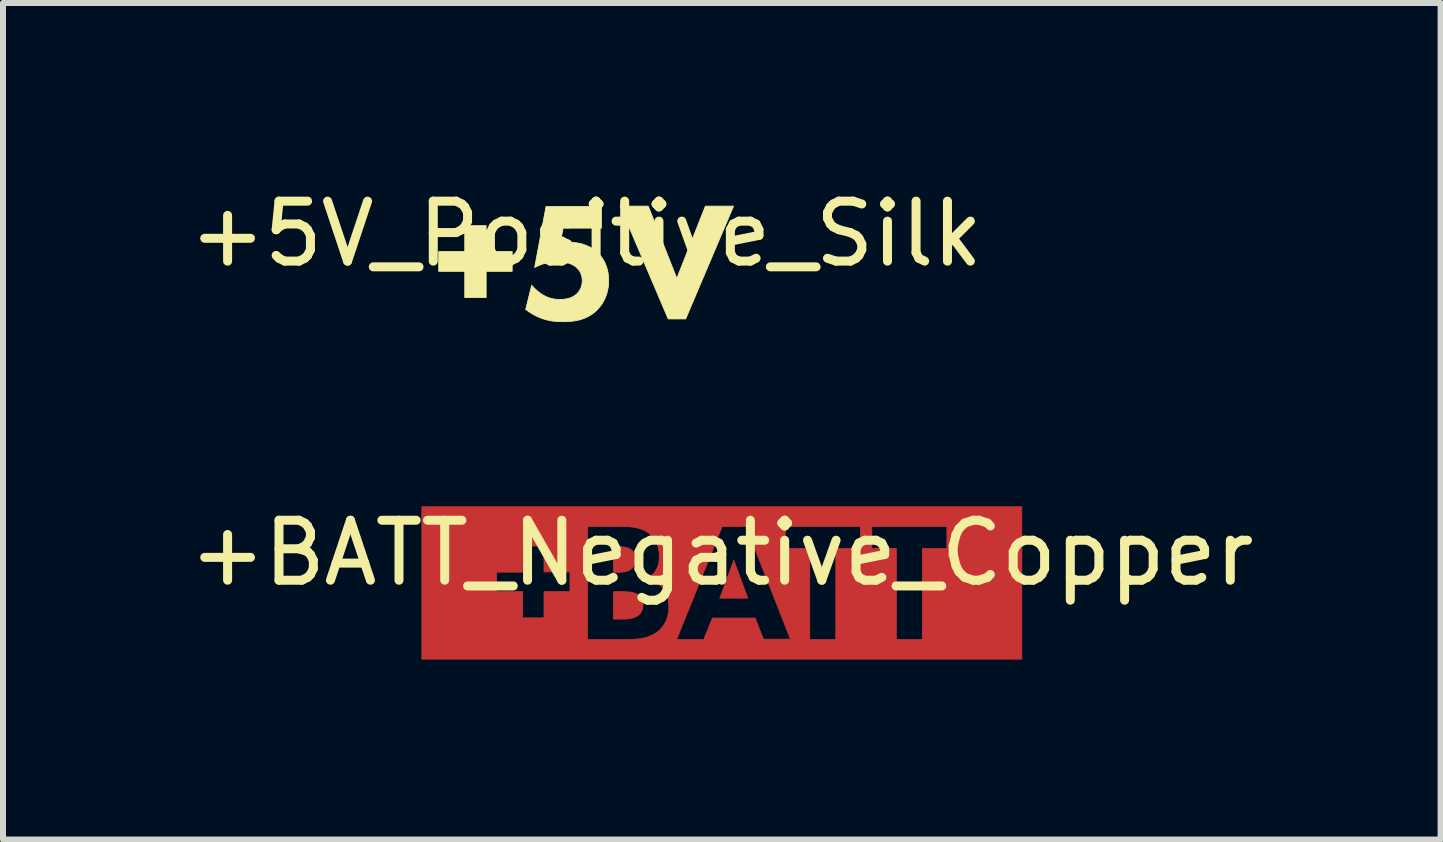
<source format=kicad_pcb>
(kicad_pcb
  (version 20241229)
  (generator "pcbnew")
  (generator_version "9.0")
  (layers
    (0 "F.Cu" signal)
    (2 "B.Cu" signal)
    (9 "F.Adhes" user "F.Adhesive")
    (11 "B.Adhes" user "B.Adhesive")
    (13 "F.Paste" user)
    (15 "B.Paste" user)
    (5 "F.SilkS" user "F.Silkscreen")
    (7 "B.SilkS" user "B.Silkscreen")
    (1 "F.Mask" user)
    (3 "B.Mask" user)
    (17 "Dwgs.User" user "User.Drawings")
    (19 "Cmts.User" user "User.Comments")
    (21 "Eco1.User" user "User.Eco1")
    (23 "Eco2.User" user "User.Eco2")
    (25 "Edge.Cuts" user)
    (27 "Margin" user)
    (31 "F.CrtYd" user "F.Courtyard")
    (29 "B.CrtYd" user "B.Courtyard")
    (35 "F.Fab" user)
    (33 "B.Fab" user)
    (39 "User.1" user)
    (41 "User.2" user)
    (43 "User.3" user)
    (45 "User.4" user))
  (footprint "+5V_Positive_Silk"
    (layer "F.Cu")
    (at 6.72 1.348)
    (property "Reference" "+5V_Positive_Silk" (at 0 -0.5 0) (unlocked yes) (layer "F.SilkS") (effects (font (size 1 1) (thickness 0.15))))
    (fp_poly (pts (xy 1.512 0.241) (xy 1.988 -0.962) (xy 2.458 -0.962) (xy 1.66 0.918) (xy 1.368 0.918) (xy 0.567 -0.962) (xy 1.036 -0.962)) (stroke (width 0.013) (type solid)) (fill yes) (layer "F.SilkS"))
    (fp_poly (pts (xy -1.666 -0.204) (xy -1.232 -0.204) (xy -1.232 0.125) (xy -1.666 0.125) (xy -1.666 0.562) (xy -2.023 0.562) (xy -2.023 0.125) (xy -2.457 0.125) (xy -2.457 -0.204) (xy -2.023 -0.204) (xy -2.023 -0.637) (xy -1.666 -0.637)) (stroke (width 0.013) (type solid)) (fill yes) (layer "F.SilkS"))
    (fp_poly (pts (xy 0.256 -0.595) (xy -0.382 -0.595) (xy -0.432 -0.345) (xy -0.393 -0.35) (xy -0.374 -0.352) (xy -0.354 -0.354) (xy -0.334 -0.356) (xy -0.314 -0.358) (xy -0.295 -0.358) (xy -0.276 -0.359) (xy -0.237 -0.358) (xy -0.199 -0.355) (xy -0.163 -0.351) (xy -0.127 -0.345) (xy -0.093 -0.338) (xy -0.059 -0.329) (xy -0.027 -0.318) (xy 0.003 -0.307) (xy 0.033 -0.294) (xy 0.061 -0.28) (xy 0.088 -0.265) (xy 0.114 -0.249) (xy 0.138 -0.232) (xy 0.161 -0.214) (xy 0.183 -0.195) (xy 0.203 -0.175) (xy 0.219 -0.159) (xy 0.235 -0.141) (xy 0.251 -0.121) (xy 0.266 -0.1) (xy 0.281 -0.077) (xy 0.295 -0.053) (xy 0.309 -0.027) (xy 0.322 0.001) (xy 0.333 0.03) (xy 0.344 0.06) (xy 0.353 0.093) (xy 0.361 0.127) (xy 0.365 0.144) (xy 0.368 0.163) (xy 0.37 0.181) (xy 0.372 0.2) (xy 0.374 0.219) (xy 0.375 0.239) (xy 0.376 0.259) (xy 0.376 0.28) (xy 0.375 0.324) (xy 0.372 0.367) (xy 0.366 0.408) (xy 0.358 0.446) (xy 0.349 0.483) (xy 0.338 0.518) (xy 0.326 0.55) (xy 0.313 0.581) (xy 0.298 0.611) (xy 0.283 0.638) (xy 0.268 0.664) (xy 0.251 0.688) (xy 0.235 0.71) (xy 0.218 0.73) (xy 0.202 0.749) (xy 0.186 0.767) (xy 0.153 0.797) (xy 0.12 0.824) (xy 0.086 0.848) (xy 0.051 0.869) (xy 0.016 0.887) (xy -0.02 0.904) (xy -0.055 0.917) (xy -0.092 0.929) (xy -0.128 0.939) (xy -0.164 0.946) (xy -0.201 0.952) (xy -0.237 0.957) (xy -0.274 0.96) (xy -0.31 0.963) (xy -0.346 0.964) (xy -0.382 0.964) (xy -0.45 0.963) (xy -0.485 0.961) (xy -0.521 0.958) (xy -0.558 0.954) (xy -0.595 0.948) (xy -0.633 0.94) (xy -0.672 0.931) (xy -0.711 0.919) (xy -0.752 0.905) (xy -0.793 0.888) (xy -0.834 0.869) (xy -0.876 0.847) (xy -0.919 0.821) (xy -0.963 0.792) (xy -1.007 0.76) (xy -0.908 0.357) (xy -0.898 0.368) (xy -0.888 0.379) (xy -0.878 0.39) (xy -0.867 0.4) (xy -0.856 0.411) (xy -0.845 0.422) (xy -0.833 0.433) (xy -0.822 0.443) (xy -0.81 0.453) (xy -0.798 0.463) (xy -0.786 0.472) (xy -0.774 0.481) (xy -0.763 0.49) (xy -0.751 0.498) (xy -0.739 0.506) (xy -0.728 0.513) (xy -0.713 0.522) (xy -0.698 0.53) (xy -0.682 0.538) (xy -0.666 0.546) (xy -0.65 0.553) (xy -0.633 0.56) (xy -0.616 0.566) (xy -0.598 0.572) (xy -0.58 0.577) (xy -0.562 0.581) (xy -0.543 0.585) (xy -0.523 0.588) (xy -0.504 0.59) (xy -0.484 0.592) (xy -0.463 0.593) (xy -0.442 0.594) (xy -0.424 0.593) (xy -0.405 0.593) (xy -0.386 0.591) (xy -0.368 0.59) (xy -0.35 0.587) (xy -0.332 0.584) (xy -0.314 0.58) (xy -0.296 0.576) (xy -0.279 0.571) (xy -0.262 0.566) (xy -0.246 0.559) (xy -0.23 0.552) (xy -0.215 0.544) (xy -0.201 0.536) (xy -0.187 0.526) (xy -0.174 0.516) (xy -0.163 0.507) (xy -0.152 0.497) (xy -0.142 0.487) (xy -0.132 0.475) (xy -0.122 0.463) (xy -0.113 0.45) (xy -0.105 0.436) (xy -0.097 0.422) (xy -0.09 0.407) (xy -0.083 0.391) (xy -0.081 0.382) (xy -0.078 0.374) (xy -0.076 0.365) (xy -0.073 0.356) (xy -0.071 0.347) (xy -0.07 0.338) (xy -0.068 0.329) (xy -0.067 0.319) (xy -0.066 0.31) (xy -0.065 0.3) (xy -0.065 0.29) (xy -0.065 0.28) (xy -0.065 0.26) (xy -0.067 0.241) (xy -0.07 0.222) (xy -0.073 0.205) (xy -0.078 0.188) (xy -0.083 0.173) (xy -0.089 0.158) (xy -0.095 0.144) (xy -0.102 0.131) (xy -0.11 0.118) (xy -0.118 0.107) (xy -0.126 0.096) (xy -0.134 0.086) (xy -0.143 0.077) (xy -0.151 0.069) (xy -0.16 0.061) (xy -0.165 0.056) (xy -0.171 0.051) (xy -0.18 0.044) (xy -0.19 0.037) (xy -0.202 0.029) (xy -0.216 0.021) (xy -0.233 0.012) (xy -0.241 0.008) (xy -0.251 0.004) (xy -0.261 -0.00037) (xy -0.271 -0.004) (xy -0.282 -0.008) (xy -0.293 -0.012) (xy -0.305 -0.016) (xy -0.318 -0.019) (xy -0.331 -0.022) (xy -0.344 -0.025) (xy -0.359 -0.028) (xy -0.373 -0.03) (xy -0.389 -0.033) (xy -0.405 -0.034) (xy -0.421 -0.036) (xy -0.438 -0.037) (xy -0.456 -0.037) (xy -0.474 -0.038) (xy -0.503 -0.037) (xy -0.532 -0.036) (xy -0.56 -0.033) (xy -0.588 -0.029) (xy -0.614 -0.025) (xy -0.64 -0.019) (xy -0.665 -0.013) (xy -0.69 -0.007) (xy -0.714 0.000368) (xy -0.737 0.008) (xy -0.759 0.016) (xy -0.78 0.025) (xy -0.821 0.043) (xy -0.858 0.061) (xy -0.668 -0.958) (xy 0.256 -0.958)) (stroke (width 0.013) (type solid)) (fill yes) (layer "F.SilkS")))
  (footprint "+BATT_Negative_Copper"
    (layer "F.Cu")
    (at 8.982 6.667)
    (property "Reference" "+BATT_Negative_Copper" (at 0 -0.5 0) (unlocked yes) (layer "F.SilkS") (effects (font (size 1 1) (thickness 0.15))))
    (fp_poly (pts (xy 0.433 0.254) (xy -0.033 0.254) (xy 0.2 -0.377)) (stroke (width 0.013) (type solid)) (fill yes) (layer "F.Cu"))
    (fp_poly (pts (xy -1.648 0.145) (xy -1.609 0.146) (xy -1.588 0.147) (xy -1.567 0.148) (xy -1.546 0.151) (xy -1.525 0.153) (xy -1.503 0.157) (xy -1.483 0.162) (xy -1.462 0.168) (xy -1.442 0.174) (xy -1.423 0.182) (xy -1.405 0.192) (xy -1.397 0.197) (xy -1.389 0.203) (xy -1.381 0.209) (xy -1.373 0.215) (xy -1.368 0.22) (xy -1.363 0.226) (xy -1.357 0.232) (xy -1.352 0.238) (xy -1.347 0.246) (xy -1.342 0.254) (xy -1.337 0.262) (xy -1.333 0.271) (xy -1.329 0.281) (xy -1.325 0.291) (xy -1.322 0.302) (xy -1.319 0.314) (xy -1.317 0.326) (xy -1.315 0.339) (xy -1.314 0.353) (xy -1.313 0.367) (xy -1.314 0.379) (xy -1.315 0.392) (xy -1.316 0.403) (xy -1.318 0.415) (xy -1.32 0.426) (xy -1.323 0.437) (xy -1.327 0.448) (xy -1.331 0.458) (xy -1.335 0.468) (xy -1.34 0.478) (xy -1.345 0.487) (xy -1.351 0.495) (xy -1.357 0.504) (xy -1.363 0.511) (xy -1.37 0.519) (xy -1.377 0.526) (xy -1.384 0.533) (xy -1.392 0.539) (xy -1.4 0.545) (xy -1.409 0.551) (xy -1.426 0.562) (xy -1.444 0.571) (xy -1.464 0.578) (xy -1.484 0.584) (xy -1.504 0.589) (xy -1.526 0.594) (xy -1.547 0.597) (xy -1.569 0.599) (xy -1.591 0.601) (xy -1.613 0.602) (xy -1.656 0.603) (xy -1.698 0.603) (xy -1.804 0.603) (xy -1.804 0.145) (xy -1.684 0.145)) (stroke (width 0.013) (type solid)) (fill yes) (layer "F.Cu"))
    (fp_poly (pts (xy -1.707 -0.603) (xy -1.678 -0.602) (xy -1.663 -0.602) (xy -1.648 -0.601) (xy -1.633 -0.599) (xy -1.619 -0.597) (xy -1.604 -0.594) (xy -1.59 -0.591) (xy -1.576 -0.587) (xy -1.562 -0.582) (xy -1.549 -0.577) (xy -1.536 -0.57) (xy -1.523 -0.563) (xy -1.517 -0.558) (xy -1.511 -0.554) (xy -1.504 -0.549) (xy -1.498 -0.543) (xy -1.491 -0.537) (xy -1.485 -0.53) (xy -1.478 -0.522) (xy -1.472 -0.514) (xy -1.466 -0.505) (xy -1.461 -0.496) (xy -1.456 -0.485) (xy -1.451 -0.474) (xy -1.447 -0.463) (xy -1.444 -0.451) (xy -1.441 -0.438) (xy -1.439 -0.424) (xy -1.437 -0.41) (xy -1.437 -0.395) (xy -1.437 -0.388) (xy -1.437 -0.38) (xy -1.438 -0.373) (xy -1.439 -0.366) (xy -1.44 -0.359) (xy -1.441 -0.352) (xy -1.442 -0.345) (xy -1.444 -0.339) (xy -1.445 -0.333) (xy -1.447 -0.326) (xy -1.449 -0.32) (xy -1.451 -0.314) (xy -1.454 -0.309) (xy -1.456 -0.303) (xy -1.459 -0.298) (xy -1.461 -0.292) (xy -1.467 -0.282) (xy -1.473 -0.273) (xy -1.479 -0.264) (xy -1.486 -0.256) (xy -1.493 -0.248) (xy -1.5 -0.241) (xy -1.507 -0.235) (xy -1.515 -0.229) (xy -1.526 -0.221) (xy -1.539 -0.214) (xy -1.552 -0.207) (xy -1.566 -0.202) (xy -1.58 -0.197) (xy -1.594 -0.192) (xy -1.609 -0.189) (xy -1.624 -0.186) (xy -1.639 -0.183) (xy -1.654 -0.181) (xy -1.668 -0.179) (xy -1.682 -0.178) (xy -1.709 -0.177) (xy -1.733 -0.176) (xy -1.804 -0.176) (xy -1.804 -0.603) (xy -1.737 -0.603)) (stroke (width 0.013) (type solid)) (fill yes) (layer "F.Cu"))
    (fp_poly (pts (xy 5.001 1.27) (xy -5 1.27) (xy -5 0.942) (xy -0.753 0.942) (xy -0.301 0.942) (xy -0.156 0.586) (xy 0.553 0.586) (xy 0.553 0.582) (xy 0.694 0.938) (xy 1.145 0.938) (xy 0.549 -0.575) (xy 1.057 -0.575) (xy 1.466 -0.575) (xy 1.466 0.942) (xy 1.9 0.942) (xy 1.9 -0.575) (xy 2.31 -0.575) (xy 2.5 -0.575) (xy 2.909 -0.575) (xy 2.909 0.942) (xy 3.343 0.942) (xy 3.343 -0.575) (xy 3.752 -0.575) (xy 3.752 -0.942) (xy 2.5 -0.942) (xy 2.5 -0.575) (xy 2.31 -0.575) (xy 2.31 -0.942) (xy 1.057 -0.942) (xy 1.057 -0.575) (xy 0.549 -0.575) (xy 0.405 -0.942) (xy 0.006 -0.942) (xy -0.753 0.942) (xy -5 0.942) (xy -2.238 0.942) (xy -1.529 0.942) (xy -1.48 0.941) (xy -1.424 0.937) (xy -1.393 0.934) (xy -1.361 0.93) (xy -1.328 0.924) (xy -1.295 0.916) (xy -1.26 0.907) (xy -1.226 0.896) (xy -1.192 0.883) (xy -1.158 0.868) (xy -1.125 0.85) (xy -1.092 0.829) (xy -1.077 0.818) (xy -1.061 0.806) (xy -1.046 0.793) (xy -1.031 0.78) (xy -1.017 0.765) (xy -1.004 0.75) (xy -0.99 0.733) (xy -0.977 0.716) (xy -0.964 0.697) (xy -0.952 0.677) (xy -0.94 0.655) (xy -0.929 0.633) (xy -0.919 0.609) (xy -0.91 0.583) (xy -0.903 0.556) (xy -0.896 0.528) (xy -0.89 0.498) (xy -0.886 0.467) (xy -0.884 0.433) (xy -0.883 0.399) (xy -0.884 0.368) (xy -0.886 0.339) (xy -0.889 0.312) (xy -0.893 0.285) (xy -0.898 0.26) (xy -0.904 0.236) (xy -0.911 0.214) (xy -0.919 0.193) (xy -0.928 0.173) (xy -0.937 0.154) (xy -0.947 0.136) (xy -0.957 0.119) (xy -0.968 0.104) (xy -0.98 0.089) (xy -0.991 0.076) (xy -1.003 0.064) (xy -1.017 0.051) (xy -1.031 0.039) (xy -1.045 0.028) (xy -1.061 0.017) (xy -1.076 0.007) (xy -1.092 -0.002) (xy -1.109 -0.011) (xy -1.126 -0.02) (xy -1.143 -0.028) (xy -1.16 -0.035) (xy -1.177 -0.041) (xy -1.195 -0.047) (xy -1.212 -0.052) (xy -1.229 -0.057) (xy -1.247 -0.06) (xy -1.264 -0.064) (xy -1.255 -0.067) (xy -1.246 -0.071) (xy -1.237 -0.076) (xy -1.227 -0.082) (xy -1.217 -0.088) (xy -1.207 -0.094) (xy -1.196 -0.102) (xy -1.186 -0.11) (xy -1.176 -0.119) (xy -1.165 -0.128) (xy -1.155 -0.138) (xy -1.145 -0.149) (xy -1.134 -0.161) (xy -1.124 -0.174) (xy -1.115 -0.187) (xy -1.105 -0.201) (xy -1.096 -0.216) (xy -1.087 -0.232) (xy -1.08 -0.247) (xy -1.073 -0.262) (xy -1.067 -0.278) (xy -1.062 -0.293) (xy -1.058 -0.308) (xy -1.054 -0.324) (xy -1.051 -0.339) (xy -1.048 -0.354) (xy -1.046 -0.369) (xy -1.044 -0.384) (xy -1.043 -0.398) (xy -1.042 -0.413) (xy -1.042 -0.441) (xy -1.043 -0.475) (xy -1.044 -0.494) (xy -1.046 -0.515) (xy -1.049 -0.536) (xy -1.053 -0.559) (xy -1.058 -0.582) (xy -1.064 -0.606) (xy -1.072 -0.63) (xy -1.081 -0.655) (xy -1.092 -0.679) (xy -1.104 -0.704) (xy -1.119 -0.728) (xy -1.136 -0.752) (xy -1.145 -0.764) (xy -1.155 -0.775) (xy -1.165 -0.786) (xy -1.176 -0.797) (xy -1.19 -0.81) (xy -1.205 -0.822) (xy -1.22 -0.833) (xy -1.235 -0.843) (xy -1.25 -0.853) (xy -1.266 -0.862) (xy -1.299 -0.878) (xy -1.332 -0.892) (xy -1.366 -0.904) (xy -1.4 -0.913) (xy -1.433 -0.921) (xy -1.466 -0.928) (xy -1.498 -0.932) (xy -1.529 -0.936) (xy -1.558 -0.939) (xy -1.612 -0.941) (xy -1.656 -0.942) (xy -2.238 -0.942) (xy -2.238 0.942) (xy -5 0.942) (xy -5 0.145) (xy -3.755 0.145) (xy -3.321 0.145) (xy -3.321 0.582) (xy -2.964 0.582) (xy -2.964 0.145) (xy -2.531 0.145) (xy -2.531 -0.183) (xy -2.964 -0.183) (xy -2.964 -0.617) (xy -3.321 -0.617) (xy -3.321 -0.18) (xy -3.755 -0.18) (xy -3.755 0.145) (xy -5 0.145) (xy -5 -0.18) (xy -3.755 -0.18) (xy -3.755 -0.183) (xy -3.755 -0.18) (xy -5 -0.18) (xy -5 -1.27) (xy 5.001 -1.27)) (stroke (width 0.013) (type solid)) (fill yes) (layer "F.Cu")))
  (gr_rect
    (start -3 -3)
    (end 20.964 10.944)
    (stroke (width 0.1) (type default))
    (fill no)
    (layer "Edge.Cuts")))
</source>
